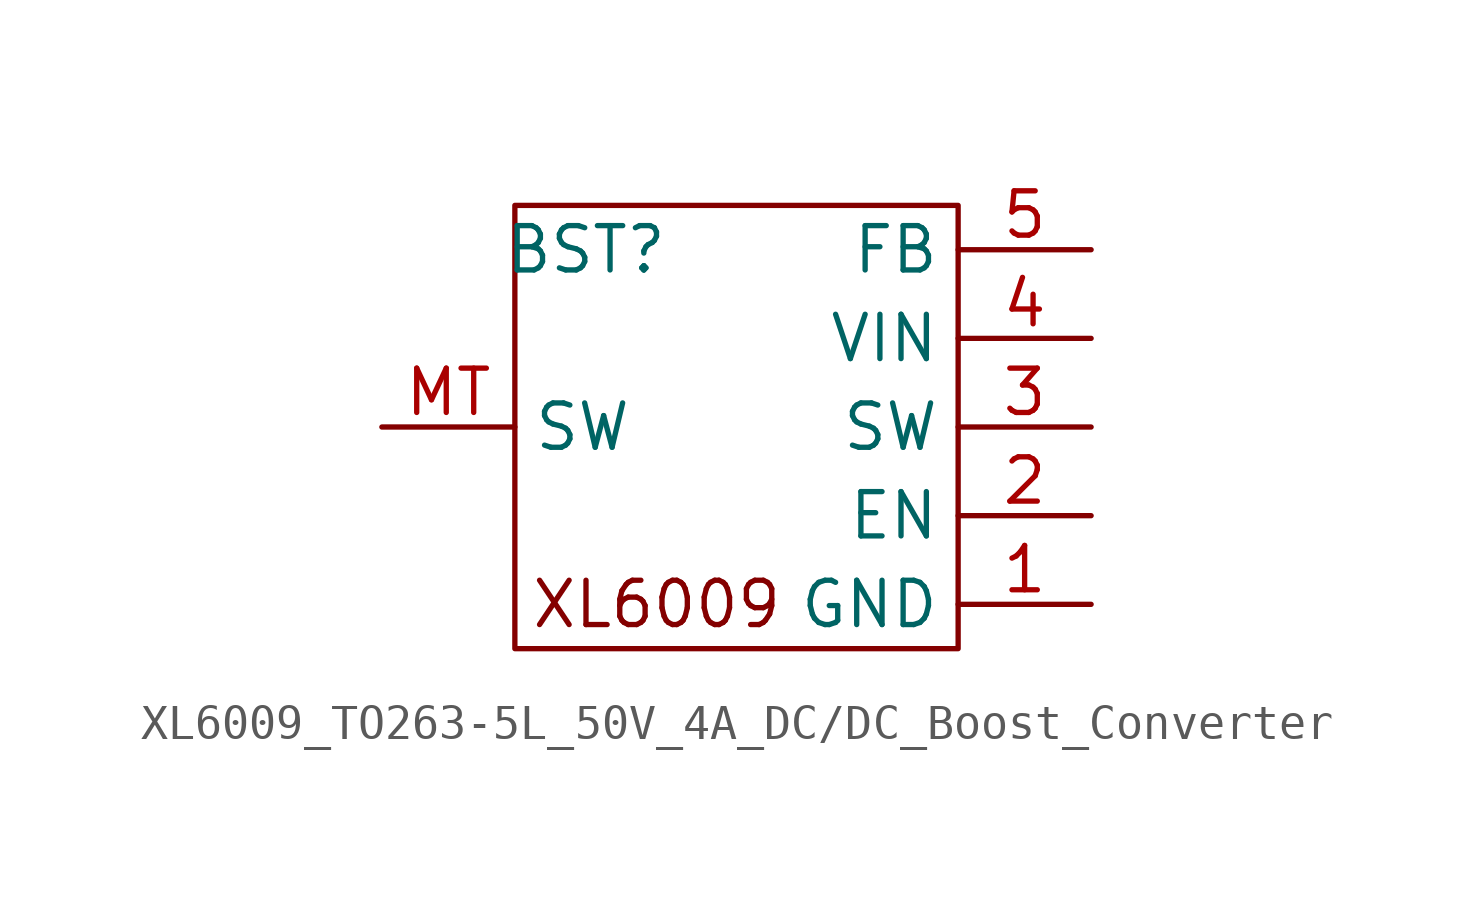
<source format=kicad_sym>
(kicad_symbol_lib
  (version 20231120)
  (generator "kicad_symbol_editor")
  (generator_version "8.0")
  (symbol "XL6009_TO263-5L_50V_4A_DC/DC_Boost_Converter"
    (property "Reference" "BST"
      (at -4.318 5.08 0)
      (effects (font (size 1.27 1.27))))
    (property "Value" ""
      (at 0 0 0)
      (effects (font (size 1.27 1.27))))
    (symbol "XL6009_TO263-5L_50V_4A_DC/DC_Boost_Converter_0_1"
      (rectangle (start -6.35 6.35) (end 6.35 -6.35) (stroke (width 0) (type default)) (fill (type none))))
    (symbol "XL6009_TO263-5L_50V_4A_DC/DC_Boost_Converter_1_1"
      (text "XL6009" (at -2.286 -5.08 0) (effects (font (size 1.27 1.27))))
      (pin bidirectional line (at 10.16 -5.08 180) (length 3.81) (name "GND" (effects (font (size 1.27 1.27)))) (number "1" (effects (font (size 1.27 1.27)))))
      (pin bidirectional line (at 10.16 -2.54 180) (length 3.81) (name "EN" (effects (font (size 1.27 1.27)))) (number "2" (effects (font (size 1.27 1.27)))))
      (pin bidirectional line (at 10.16 0 180) (length 3.81) (name "SW" (effects (font (size 1.27 1.27)))) (number "3" (effects (font (size 1.27 1.27)))))
      (pin bidirectional line (at 10.16 2.54 180) (length 3.81) (name "VIN" (effects (font (size 1.27 1.27)))) (number "4" (effects (font (size 1.27 1.27)))))
      (pin bidirectional line (at 10.16 5.08 180) (length 3.81) (name "FB" (effects (font (size 1.27 1.27)))) (number "5" (effects (font (size 1.27 1.27)))))
      (pin bidirectional line (at -10.16 0 0) (length 3.81) (name "SW" (effects (font (size 1.27 1.27)))) (number "MT" (effects (font (size 1.27 1.27))))))))
</source>
